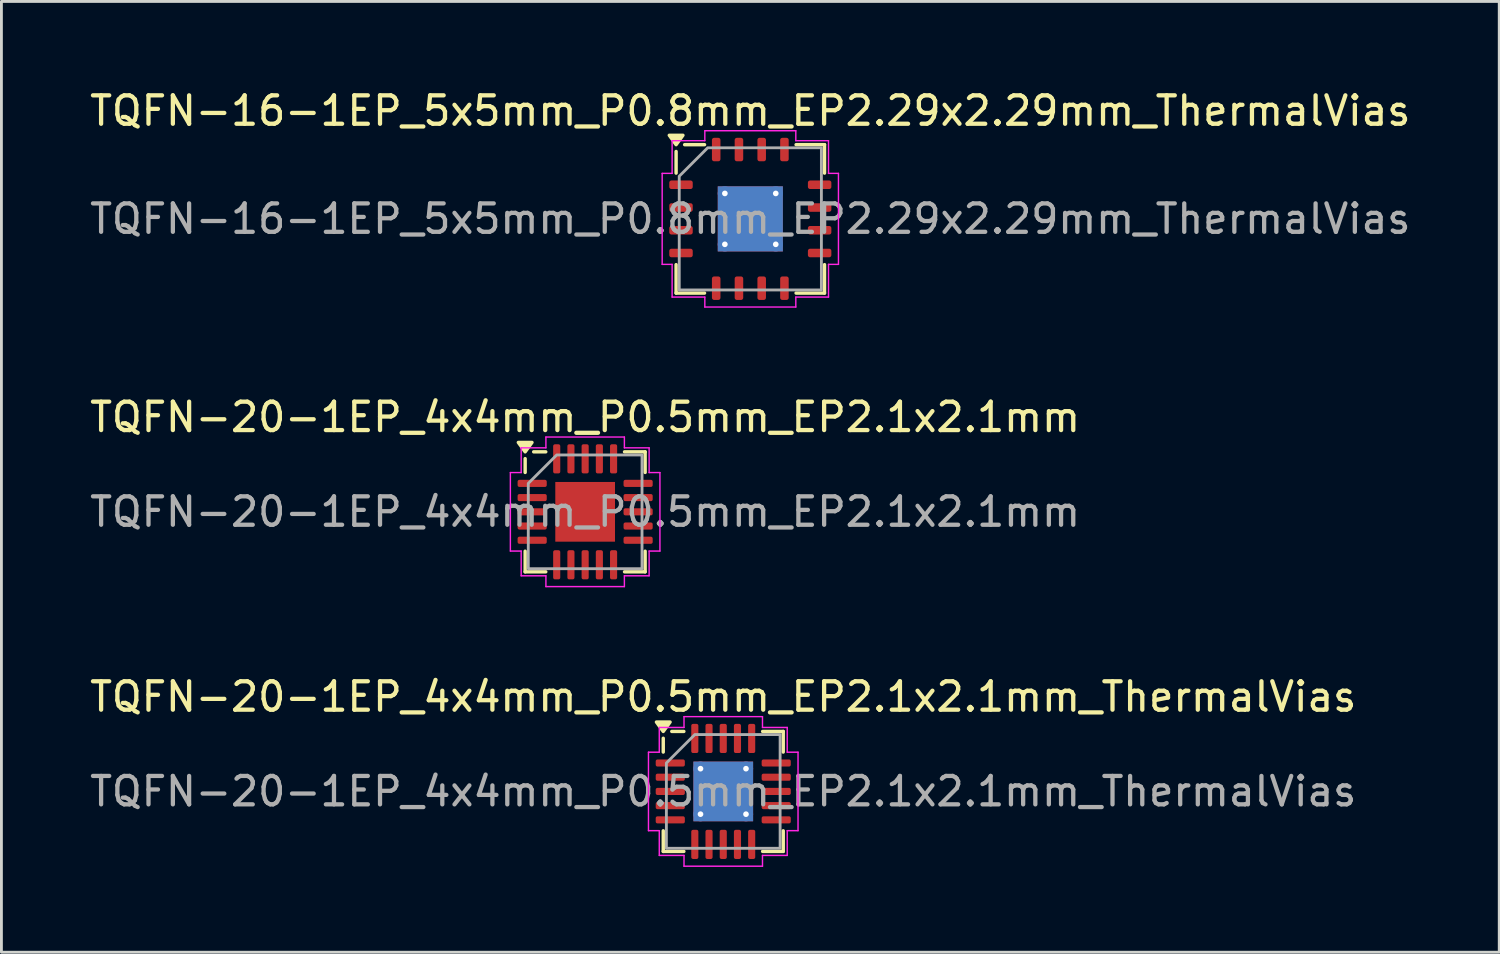
<source format=kicad_pcb>
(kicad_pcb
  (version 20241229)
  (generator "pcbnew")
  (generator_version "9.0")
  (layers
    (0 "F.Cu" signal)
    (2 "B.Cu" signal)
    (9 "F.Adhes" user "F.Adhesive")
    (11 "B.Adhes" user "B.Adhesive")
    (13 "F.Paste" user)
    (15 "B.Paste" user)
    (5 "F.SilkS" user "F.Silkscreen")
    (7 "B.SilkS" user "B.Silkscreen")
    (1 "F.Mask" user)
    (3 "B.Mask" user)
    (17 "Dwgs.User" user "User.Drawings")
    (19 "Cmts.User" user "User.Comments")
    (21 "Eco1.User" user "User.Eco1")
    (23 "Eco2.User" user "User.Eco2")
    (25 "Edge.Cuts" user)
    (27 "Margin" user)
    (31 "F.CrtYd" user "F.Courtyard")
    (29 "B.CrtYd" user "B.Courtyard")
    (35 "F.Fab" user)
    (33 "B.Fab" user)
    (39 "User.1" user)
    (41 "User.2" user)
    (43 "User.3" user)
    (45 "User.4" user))
  (footprint "TQFN-20-1EP_4x4mm_P0.5mm_EP2.1x2.1mm_ThermalVias"
    (layer "F.Cu")
    (at 22.387 24.785)
    (property "Reference" "TQFN-20-1EP_4x4mm_P0.5mm_EP2.1x2.1mm_ThermalVias" (at 0 -3.33 0) (layer "F.SilkS") (effects (font (size 1 1) (thickness 0.15))))
    (attr smd)
    (fp_line (start -2.11 -1.385) (end -2.11 -1.87) (stroke (width 0.12) (type solid)) (layer "F.SilkS"))
    (fp_line (start -2.11 2.11) (end -2.11 1.385) (stroke (width 0.12) (type solid)) (layer "F.SilkS"))
    (fp_line (start -1.385 -2.11) (end -1.81 -2.11) (stroke (width 0.12) (type solid)) (layer "F.SilkS"))
    (fp_line (start -1.385 2.11) (end -2.11 2.11) (stroke (width 0.12) (type solid)) (layer "F.SilkS"))
    (fp_line (start 1.385 -2.11) (end 2.11 -2.11) (stroke (width 0.12) (type solid)) (layer "F.SilkS"))
    (fp_line (start 1.385 2.11) (end 2.11 2.11) (stroke (width 0.12) (type solid)) (layer "F.SilkS"))
    (fp_line (start 2.11 -2.11) (end 2.11 -1.385) (stroke (width 0.12) (type solid)) (layer "F.SilkS"))
    (fp_line (start 2.11 2.11) (end 2.11 1.385) (stroke (width 0.12) (type solid)) (layer "F.SilkS"))
    (fp_poly (pts (xy -2.11 -2.11) (xy -2.35 -2.44) (xy -1.87 -2.44)) (stroke (width 0.12) (type solid)) (fill yes) (layer "F.SilkS"))
    (fp_line (start -2.63 -1.38) (end -2.25 -1.38) (stroke (width 0.05) (type solid)) (layer "F.CrtYd"))
    (fp_line (start -2.63 1.38) (end -2.63 -1.38) (stroke (width 0.05) (type solid)) (layer "F.CrtYd"))
    (fp_line (start -2.25 -2.25) (end -1.38 -2.25) (stroke (width 0.05) (type solid)) (layer "F.CrtYd"))
    (fp_line (start -2.25 -1.38) (end -2.25 -2.25) (stroke (width 0.05) (type solid)) (layer "F.CrtYd"))
    (fp_line (start -2.25 1.38) (end -2.63 1.38) (stroke (width 0.05) (type solid)) (layer "F.CrtYd"))
    (fp_line (start -2.25 2.25) (end -2.25 1.38) (stroke (width 0.05) (type solid)) (layer "F.CrtYd"))
    (fp_line (start -1.38 -2.63) (end 1.38 -2.63) (stroke (width 0.05) (type solid)) (layer "F.CrtYd"))
    (fp_line (start -1.38 -2.25) (end -1.38 -2.63) (stroke (width 0.05) (type solid)) (layer "F.CrtYd"))
    (fp_line (start -1.38 2.25) (end -2.25 2.25) (stroke (width 0.05) (type solid)) (layer "F.CrtYd"))
    (fp_line (start -1.38 2.63) (end -1.38 2.25) (stroke (width 0.05) (type solid)) (layer "F.CrtYd"))
    (fp_line (start 1.38 -2.63) (end 1.38 -2.25) (stroke (width 0.05) (type solid)) (layer "F.CrtYd"))
    (fp_line (start 1.38 -2.25) (end 2.25 -2.25) (stroke (width 0.05) (type solid)) (layer "F.CrtYd"))
    (fp_line (start 1.38 2.25) (end 1.38 2.63) (stroke (width 0.05) (type solid)) (layer "F.CrtYd"))
    (fp_line (start 1.38 2.63) (end -1.38 2.63) (stroke (width 0.05) (type solid)) (layer "F.CrtYd"))
    (fp_line (start 2.25 -2.25) (end 2.25 -1.38) (stroke (width 0.05) (type solid)) (layer "F.CrtYd"))
    (fp_line (start 2.25 -1.38) (end 2.63 -1.38) (stroke (width 0.05) (type solid)) (layer "F.CrtYd"))
    (fp_line (start 2.25 1.38) (end 2.25 2.25) (stroke (width 0.05) (type solid)) (layer "F.CrtYd"))
    (fp_line (start 2.25 2.25) (end 1.38 2.25) (stroke (width 0.05) (type solid)) (layer "F.CrtYd"))
    (fp_line (start 2.63 -1.38) (end 2.63 1.38) (stroke (width 0.05) (type solid)) (layer "F.CrtYd"))
    (fp_line (start 2.63 1.38) (end 2.25 1.38) (stroke (width 0.05) (type solid)) (layer "F.CrtYd"))
    (fp_poly (pts (xy -2 -1) (xy -2 2) (xy 2 2) (xy 2 -2) (xy -1 -2)) (stroke (width 0.1) (type solid)) (fill no) (layer "F.Fab"))
    (fp_text user "${REFERENCE}" (at 0 0 0) (layer "F.Fab") (effects (font (size 1 1) (thickness 0.15))))
    (pad "" smd roundrect (at -0.525 -0.525) (size 0.91 0.91) (layers "F.Paste") (roundrect_rratio 0.25))
    (pad "" smd roundrect (at -0.525 0.525) (size 0.91 0.91) (layers "F.Paste") (roundrect_rratio 0.25))
    (pad "" smd roundrect (at 0.525 -0.525) (size 0.91 0.91) (layers "F.Paste") (roundrect_rratio 0.25))
    (pad "" smd roundrect (at 0.525 0.525) (size 0.91 0.91) (layers "F.Paste") (roundrect_rratio 0.25))
    (pad "1" smd roundrect (at -1.863 -1) (size 1.025 0.25) (layers "F.Cu" "F.Mask" "F.Paste") (roundrect_rratio 0.25))
    (pad "2" smd roundrect (at -1.863 -0.5) (size 1.025 0.25) (layers "F.Cu" "F.Mask" "F.Paste") (roundrect_rratio 0.25))
    (pad "3" smd roundrect (at -1.863 0) (size 1.025 0.25) (layers "F.Cu" "F.Mask" "F.Paste") (roundrect_rratio 0.25))
    (pad "4" smd roundrect (at -1.863 0.5) (size 1.025 0.25) (layers "F.Cu" "F.Mask" "F.Paste") (roundrect_rratio 0.25))
    (pad "5" smd roundrect (at -1.863 1) (size 1.025 0.25) (layers "F.Cu" "F.Mask" "F.Paste") (roundrect_rratio 0.25))
    (pad "6" smd roundrect (at -1 1.863) (size 0.25 1.025) (layers "F.Cu" "F.Mask" "F.Paste") (roundrect_rratio 0.25))
    (pad "7" smd roundrect (at -0.5 1.863) (size 0.25 1.025) (layers "F.Cu" "F.Mask" "F.Paste") (roundrect_rratio 0.25))
    (pad "8" smd roundrect (at 0 1.863) (size 0.25 1.025) (layers "F.Cu" "F.Mask" "F.Paste") (roundrect_rratio 0.25))
    (pad "9" smd roundrect (at 0.5 1.863) (size 0.25 1.025) (layers "F.Cu" "F.Mask" "F.Paste") (roundrect_rratio 0.25))
    (pad "10" smd roundrect (at 1 1.863) (size 0.25 1.025) (layers "F.Cu" "F.Mask" "F.Paste") (roundrect_rratio 0.25))
    (pad "11" smd roundrect (at 1.863 1) (size 1.025 0.25) (layers "F.Cu" "F.Mask" "F.Paste") (roundrect_rratio 0.25))
    (pad "12" smd roundrect (at 1.863 0.5) (size 1.025 0.25) (layers "F.Cu" "F.Mask" "F.Paste") (roundrect_rratio 0.25))
    (pad "13" smd roundrect (at 1.863 0) (size 1.025 0.25) (layers "F.Cu" "F.Mask" "F.Paste") (roundrect_rratio 0.25))
    (pad "14" smd roundrect (at 1.863 -0.5) (size 1.025 0.25) (layers "F.Cu" "F.Mask" "F.Paste") (roundrect_rratio 0.25))
    (pad "15" smd roundrect (at 1.863 -1) (size 1.025 0.25) (layers "F.Cu" "F.Mask" "F.Paste") (roundrect_rratio 0.25))
    (pad "16" smd roundrect (at 1 -1.863) (size 0.25 1.025) (layers "F.Cu" "F.Mask" "F.Paste") (roundrect_rratio 0.25))
    (pad "17" smd roundrect (at 0.5 -1.863) (size 0.25 1.025) (layers "F.Cu" "F.Mask" "F.Paste") (roundrect_rratio 0.25))
    (pad "18" smd roundrect (at 0 -1.863) (size 0.25 1.025) (layers "F.Cu" "F.Mask" "F.Paste") (roundrect_rratio 0.25))
    (pad "19" smd roundrect (at -0.5 -1.863) (size 0.25 1.025) (layers "F.Cu" "F.Mask" "F.Paste") (roundrect_rratio 0.25))
    (pad "20" smd roundrect (at -1 -1.863) (size 0.25 1.025) (layers "F.Cu" "F.Mask" "F.Paste") (roundrect_rratio 0.25))
    (pad "21" thru_hole circle (at -0.8 -0.8) (size 0.5 0.5) (drill 0.2) (property pad_prop_heatsink) (layers "*.Cu"))
    (pad "21" thru_hole circle (at -0.8 0.8) (size 0.5 0.5) (drill 0.2) (property pad_prop_heatsink) (layers "*.Cu"))
    (pad "21" smd rect (at 0 0) (size 2.1 2.1) (property pad_prop_heatsink) (layers "F.Cu" "F.Mask"))
    (pad "21" smd rect (at 0 0) (size 2.1 2.1) (property pad_prop_heatsink) (layers "B.Cu"))
    (pad "21" thru_hole circle (at 0.8 -0.8) (size 0.5 0.5) (drill 0.2) (property pad_prop_heatsink) (layers "*.Cu"))
    (pad "21" thru_hole circle (at 0.8 0.8) (size 0.5 0.5) (drill 0.2) (property pad_prop_heatsink) (layers "*.Cu")))
  (footprint "TQFN-20-1EP_4x4mm_P0.5mm_EP2.1x2.1mm"
    (layer "F.Cu")
    (at 17.53 14.951)
    (property "Reference" "TQFN-20-1EP_4x4mm_P0.5mm_EP2.1x2.1mm" (at 0 -3.33 0) (layer "F.SilkS") (effects (font (size 1 1) (thickness 0.15))))
    (attr smd)
    (fp_line (start -2.11 -1.385) (end -2.11 -1.87) (stroke (width 0.12) (type solid)) (layer "F.SilkS"))
    (fp_line (start -2.11 2.11) (end -2.11 1.385) (stroke (width 0.12) (type solid)) (layer "F.SilkS"))
    (fp_line (start -1.385 -2.11) (end -1.81 -2.11) (stroke (width 0.12) (type solid)) (layer "F.SilkS"))
    (fp_line (start -1.385 2.11) (end -2.11 2.11) (stroke (width 0.12) (type solid)) (layer "F.SilkS"))
    (fp_line (start 1.385 -2.11) (end 2.11 -2.11) (stroke (width 0.12) (type solid)) (layer "F.SilkS"))
    (fp_line (start 1.385 2.11) (end 2.11 2.11) (stroke (width 0.12) (type solid)) (layer "F.SilkS"))
    (fp_line (start 2.11 -2.11) (end 2.11 -1.385) (stroke (width 0.12) (type solid)) (layer "F.SilkS"))
    (fp_line (start 2.11 2.11) (end 2.11 1.385) (stroke (width 0.12) (type solid)) (layer "F.SilkS"))
    (fp_poly (pts (xy -2.11 -2.11) (xy -2.35 -2.44) (xy -1.87 -2.44)) (stroke (width 0.12) (type solid)) (fill yes) (layer "F.SilkS"))
    (fp_line (start -2.63 -1.38) (end -2.25 -1.38) (stroke (width 0.05) (type solid)) (layer "F.CrtYd"))
    (fp_line (start -2.63 1.38) (end -2.63 -1.38) (stroke (width 0.05) (type solid)) (layer "F.CrtYd"))
    (fp_line (start -2.25 -2.25) (end -1.38 -2.25) (stroke (width 0.05) (type solid)) (layer "F.CrtYd"))
    (fp_line (start -2.25 -1.38) (end -2.25 -2.25) (stroke (width 0.05) (type solid)) (layer "F.CrtYd"))
    (fp_line (start -2.25 1.38) (end -2.63 1.38) (stroke (width 0.05) (type solid)) (layer "F.CrtYd"))
    (fp_line (start -2.25 2.25) (end -2.25 1.38) (stroke (width 0.05) (type solid)) (layer "F.CrtYd"))
    (fp_line (start -1.38 -2.63) (end 1.38 -2.63) (stroke (width 0.05) (type solid)) (layer "F.CrtYd"))
    (fp_line (start -1.38 -2.25) (end -1.38 -2.63) (stroke (width 0.05) (type solid)) (layer "F.CrtYd"))
    (fp_line (start -1.38 2.25) (end -2.25 2.25) (stroke (width 0.05) (type solid)) (layer "F.CrtYd"))
    (fp_line (start -1.38 2.63) (end -1.38 2.25) (stroke (width 0.05) (type solid)) (layer "F.CrtYd"))
    (fp_line (start 1.38 -2.63) (end 1.38 -2.25) (stroke (width 0.05) (type solid)) (layer "F.CrtYd"))
    (fp_line (start 1.38 -2.25) (end 2.25 -2.25) (stroke (width 0.05) (type solid)) (layer "F.CrtYd"))
    (fp_line (start 1.38 2.25) (end 1.38 2.63) (stroke (width 0.05) (type solid)) (layer "F.CrtYd"))
    (fp_line (start 1.38 2.63) (end -1.38 2.63) (stroke (width 0.05) (type solid)) (layer "F.CrtYd"))
    (fp_line (start 2.25 -2.25) (end 2.25 -1.38) (stroke (width 0.05) (type solid)) (layer "F.CrtYd"))
    (fp_line (start 2.25 -1.38) (end 2.63 -1.38) (stroke (width 0.05) (type solid)) (layer "F.CrtYd"))
    (fp_line (start 2.25 1.38) (end 2.25 2.25) (stroke (width 0.05) (type solid)) (layer "F.CrtYd"))
    (fp_line (start 2.25 2.25) (end 1.38 2.25) (stroke (width 0.05) (type solid)) (layer "F.CrtYd"))
    (fp_line (start 2.63 -1.38) (end 2.63 1.38) (stroke (width 0.05) (type solid)) (layer "F.CrtYd"))
    (fp_line (start 2.63 1.38) (end 2.25 1.38) (stroke (width 0.05) (type solid)) (layer "F.CrtYd"))
    (fp_poly (pts (xy -2 -1) (xy -2 2) (xy 2 2) (xy 2 -2) (xy -1 -2)) (stroke (width 0.1) (type solid)) (fill no) (layer "F.Fab"))
    (fp_text user "${REFERENCE}" (at 0 0 0) (layer "F.Fab") (effects (font (size 1 1) (thickness 0.15))))
    (pad "" smd roundrect (at -0.525 -0.525) (size 0.85 0.85) (layers "F.Paste") (roundrect_rratio 0.25))
    (pad "" smd roundrect (at -0.525 0.525) (size 0.85 0.85) (layers "F.Paste") (roundrect_rratio 0.25))
    (pad "" smd roundrect (at 0.525 -0.525) (size 0.85 0.85) (layers "F.Paste") (roundrect_rratio 0.25))
    (pad "" smd roundrect (at 0.525 0.525) (size 0.85 0.85) (layers "F.Paste") (roundrect_rratio 0.25))
    (pad "1" smd roundrect (at -1.863 -1) (size 1.025 0.25) (layers "F.Cu" "F.Mask" "F.Paste") (roundrect_rratio 0.25))
    (pad "2" smd roundrect (at -1.863 -0.5) (size 1.025 0.25) (layers "F.Cu" "F.Mask" "F.Paste") (roundrect_rratio 0.25))
    (pad "3" smd roundrect (at -1.863 0) (size 1.025 0.25) (layers "F.Cu" "F.Mask" "F.Paste") (roundrect_rratio 0.25))
    (pad "4" smd roundrect (at -1.863 0.5) (size 1.025 0.25) (layers "F.Cu" "F.Mask" "F.Paste") (roundrect_rratio 0.25))
    (pad "5" smd roundrect (at -1.863 1) (size 1.025 0.25) (layers "F.Cu" "F.Mask" "F.Paste") (roundrect_rratio 0.25))
    (pad "6" smd roundrect (at -1 1.863) (size 0.25 1.025) (layers "F.Cu" "F.Mask" "F.Paste") (roundrect_rratio 0.25))
    (pad "7" smd roundrect (at -0.5 1.863) (size 0.25 1.025) (layers "F.Cu" "F.Mask" "F.Paste") (roundrect_rratio 0.25))
    (pad "8" smd roundrect (at 0 1.863) (size 0.25 1.025) (layers "F.Cu" "F.Mask" "F.Paste") (roundrect_rratio 0.25))
    (pad "9" smd roundrect (at 0.5 1.863) (size 0.25 1.025) (layers "F.Cu" "F.Mask" "F.Paste") (roundrect_rratio 0.25))
    (pad "10" smd roundrect (at 1 1.863) (size 0.25 1.025) (layers "F.Cu" "F.Mask" "F.Paste") (roundrect_rratio 0.25))
    (pad "11" smd roundrect (at 1.863 1) (size 1.025 0.25) (layers "F.Cu" "F.Mask" "F.Paste") (roundrect_rratio 0.25))
    (pad "12" smd roundrect (at 1.863 0.5) (size 1.025 0.25) (layers "F.Cu" "F.Mask" "F.Paste") (roundrect_rratio 0.25))
    (pad "13" smd roundrect (at 1.863 0) (size 1.025 0.25) (layers "F.Cu" "F.Mask" "F.Paste") (roundrect_rratio 0.25))
    (pad "14" smd roundrect (at 1.863 -0.5) (size 1.025 0.25) (layers "F.Cu" "F.Mask" "F.Paste") (roundrect_rratio 0.25))
    (pad "15" smd roundrect (at 1.863 -1) (size 1.025 0.25) (layers "F.Cu" "F.Mask" "F.Paste") (roundrect_rratio 0.25))
    (pad "16" smd roundrect (at 1 -1.863) (size 0.25 1.025) (layers "F.Cu" "F.Mask" "F.Paste") (roundrect_rratio 0.25))
    (pad "17" smd roundrect (at 0.5 -1.863) (size 0.25 1.025) (layers "F.Cu" "F.Mask" "F.Paste") (roundrect_rratio 0.25))
    (pad "18" smd roundrect (at 0 -1.863) (size 0.25 1.025) (layers "F.Cu" "F.Mask" "F.Paste") (roundrect_rratio 0.25))
    (pad "19" smd roundrect (at -0.5 -1.863) (size 0.25 1.025) (layers "F.Cu" "F.Mask" "F.Paste") (roundrect_rratio 0.25))
    (pad "20" smd roundrect (at -1 -1.863) (size 0.25 1.025) (layers "F.Cu" "F.Mask" "F.Paste") (roundrect_rratio 0.25))
    (pad "21" smd rect (at 0 0) (size 2.1 2.1) (property pad_prop_heatsink) (layers "F.Cu" "F.Mask")))
  (footprint "TQFN-16-1EP_5x5mm_P0.8mm_EP2.29x2.29mm_ThermalVias"
    (layer "F.Cu")
    (at 23.339 4.648)
    (property "Reference" "TQFN-16-1EP_5x5mm_P0.8mm_EP2.29x2.29mm_ThermalVias" (at 0 -3.8 0) (layer "F.SilkS") (effects (font (size 1 1) (thickness 0.15))))
    (attr smd)
    (fp_line (start -2.61 -1.61) (end -2.61 -2.37) (stroke (width 0.12) (type solid)) (layer "F.SilkS"))
    (fp_line (start -2.61 2.61) (end -2.61 1.61) (stroke (width 0.12) (type solid)) (layer "F.SilkS"))
    (fp_line (start -1.61 -2.61) (end -2.31 -2.61) (stroke (width 0.12) (type solid)) (layer "F.SilkS"))
    (fp_line (start -1.61 2.61) (end -2.61 2.61) (stroke (width 0.12) (type solid)) (layer "F.SilkS"))
    (fp_line (start 1.61 -2.61) (end 2.61 -2.61) (stroke (width 0.12) (type solid)) (layer "F.SilkS"))
    (fp_line (start 1.61 2.61) (end 2.61 2.61) (stroke (width 0.12) (type solid)) (layer "F.SilkS"))
    (fp_line (start 2.61 -2.61) (end 2.61 -1.61) (stroke (width 0.12) (type solid)) (layer "F.SilkS"))
    (fp_line (start 2.61 2.61) (end 2.61 1.61) (stroke (width 0.12) (type solid)) (layer "F.SilkS"))
    (fp_poly (pts (xy -2.61 -2.61) (xy -2.85 -2.94) (xy -2.37 -2.94)) (stroke (width 0.12) (type solid)) (fill yes) (layer "F.SilkS"))
    (fp_line (start -3.1 -1.6) (end -2.75 -1.6) (stroke (width 0.05) (type solid)) (layer "F.CrtYd"))
    (fp_line (start -3.1 1.6) (end -3.1 -1.6) (stroke (width 0.05) (type solid)) (layer "F.CrtYd"))
    (fp_line (start -2.75 -2.75) (end -1.6 -2.75) (stroke (width 0.05) (type solid)) (layer "F.CrtYd"))
    (fp_line (start -2.75 -1.6) (end -2.75 -2.75) (stroke (width 0.05) (type solid)) (layer "F.CrtYd"))
    (fp_line (start -2.75 1.6) (end -3.1 1.6) (stroke (width 0.05) (type solid)) (layer "F.CrtYd"))
    (fp_line (start -2.75 2.75) (end -2.75 1.6) (stroke (width 0.05) (type solid)) (layer "F.CrtYd"))
    (fp_line (start -1.6 -3.1) (end 1.6 -3.1) (stroke (width 0.05) (type solid)) (layer "F.CrtYd"))
    (fp_line (start -1.6 -2.75) (end -1.6 -3.1) (stroke (width 0.05) (type solid)) (layer "F.CrtYd"))
    (fp_line (start -1.6 2.75) (end -2.75 2.75) (stroke (width 0.05) (type solid)) (layer "F.CrtYd"))
    (fp_line (start -1.6 3.1) (end -1.6 2.75) (stroke (width 0.05) (type solid)) (layer "F.CrtYd"))
    (fp_line (start 1.6 -3.1) (end 1.6 -2.75) (stroke (width 0.05) (type solid)) (layer "F.CrtYd"))
    (fp_line (start 1.6 -2.75) (end 2.75 -2.75) (stroke (width 0.05) (type solid)) (layer "F.CrtYd"))
    (fp_line (start 1.6 2.75) (end 1.6 3.1) (stroke (width 0.05) (type solid)) (layer "F.CrtYd"))
    (fp_line (start 1.6 3.1) (end -1.6 3.1) (stroke (width 0.05) (type solid)) (layer "F.CrtYd"))
    (fp_line (start 2.75 -2.75) (end 2.75 -1.6) (stroke (width 0.05) (type solid)) (layer "F.CrtYd"))
    (fp_line (start 2.75 -1.6) (end 3.1 -1.6) (stroke (width 0.05) (type solid)) (layer "F.CrtYd"))
    (fp_line (start 2.75 1.6) (end 2.75 2.75) (stroke (width 0.05) (type solid)) (layer "F.CrtYd"))
    (fp_line (start 2.75 2.75) (end 1.6 2.75) (stroke (width 0.05) (type solid)) (layer "F.CrtYd"))
    (fp_line (start 3.1 -1.6) (end 3.1 1.6) (stroke (width 0.05) (type solid)) (layer "F.CrtYd"))
    (fp_line (start 3.1 1.6) (end 2.75 1.6) (stroke (width 0.05) (type solid)) (layer "F.CrtYd"))
    (fp_poly (pts (xy -2.5 -1.5) (xy -2.5 2.5) (xy 2.5 2.5) (xy 2.5 -2.5) (xy -1.5 -2.5)) (stroke (width 0.1) (type solid)) (fill no) (layer "F.Fab"))
    (fp_text user "${REFERENCE}" (at 0 0 0) (layer "F.Fab") (effects (font (size 1 1) (thickness 0.15))))
    (pad "" smd roundrect (at -0.57 -0.57) (size 0.99 0.99) (layers "F.Paste") (roundrect_rratio 0.25))
    (pad "" smd roundrect (at -0.57 0.57) (size 0.99 0.99) (layers "F.Paste") (roundrect_rratio 0.25))
    (pad "" smd roundrect (at 0.57 -0.57) (size 0.99 0.99) (layers "F.Paste") (roundrect_rratio 0.25))
    (pad "" smd roundrect (at 0.57 0.57) (size 0.99 0.99) (layers "F.Paste") (roundrect_rratio 0.25))
    (pad "1" smd roundrect (at -2.438 -1.2) (size 0.825 0.3) (layers "F.Cu" "F.Mask" "F.Paste") (roundrect_rratio 0.25))
    (pad "2" smd roundrect (at -2.438 -0.4) (size 0.825 0.3) (layers "F.Cu" "F.Mask" "F.Paste") (roundrect_rratio 0.25))
    (pad "3" smd roundrect (at -2.438 0.4) (size 0.825 0.3) (layers "F.Cu" "F.Mask" "F.Paste") (roundrect_rratio 0.25))
    (pad "4" smd roundrect (at -2.438 1.2) (size 0.825 0.3) (layers "F.Cu" "F.Mask" "F.Paste") (roundrect_rratio 0.25))
    (pad "5" smd roundrect (at -1.2 2.438) (size 0.3 0.825) (layers "F.Cu" "F.Mask" "F.Paste") (roundrect_rratio 0.25))
    (pad "6" smd roundrect (at -0.4 2.438) (size 0.3 0.825) (layers "F.Cu" "F.Mask" "F.Paste") (roundrect_rratio 0.25))
    (pad "7" smd roundrect (at 0.4 2.438) (size 0.3 0.825) (layers "F.Cu" "F.Mask" "F.Paste") (roundrect_rratio 0.25))
    (pad "8" smd roundrect (at 1.2 2.438) (size 0.3 0.825) (layers "F.Cu" "F.Mask" "F.Paste") (roundrect_rratio 0.25))
    (pad "9" smd roundrect (at 2.438 1.2) (size 0.825 0.3) (layers "F.Cu" "F.Mask" "F.Paste") (roundrect_rratio 0.25))
    (pad "10" smd roundrect (at 2.438 0.4) (size 0.825 0.3) (layers "F.Cu" "F.Mask" "F.Paste") (roundrect_rratio 0.25))
    (pad "11" smd roundrect (at 2.438 -0.4) (size 0.825 0.3) (layers "F.Cu" "F.Mask" "F.Paste") (roundrect_rratio 0.25))
    (pad "12" smd roundrect (at 2.438 -1.2) (size 0.825 0.3) (layers "F.Cu" "F.Mask" "F.Paste") (roundrect_rratio 0.25))
    (pad "13" smd roundrect (at 1.2 -2.438) (size 0.3 0.825) (layers "F.Cu" "F.Mask" "F.Paste") (roundrect_rratio 0.25))
    (pad "14" smd roundrect (at 0.4 -2.438) (size 0.3 0.825) (layers "F.Cu" "F.Mask" "F.Paste") (roundrect_rratio 0.25))
    (pad "15" smd roundrect (at -0.4 -2.438) (size 0.3 0.825) (layers "F.Cu" "F.Mask" "F.Paste") (roundrect_rratio 0.25))
    (pad "16" smd roundrect (at -1.2 -2.438) (size 0.3 0.825) (layers "F.Cu" "F.Mask" "F.Paste") (roundrect_rratio 0.25))
    (pad "17" thru_hole circle (at -0.895 -0.895) (size 0.5 0.5) (drill 0.2) (property pad_prop_heatsink) (layers "*.Cu"))
    (pad "17" thru_hole circle (at -0.895 0.895) (size 0.5 0.5) (drill 0.2) (property pad_prop_heatsink) (layers "*.Cu"))
    (pad "17" smd rect (at 0 0) (size 2.29 2.29) (property pad_prop_heatsink) (layers "F.Cu" "F.Mask"))
    (pad "17" smd rect (at 0 0) (size 2.29 2.29) (property pad_prop_heatsink) (layers "B.Cu"))
    (pad "17" thru_hole circle (at 0.895 -0.895) (size 0.5 0.5) (drill 0.2) (property pad_prop_heatsink) (layers "*.Cu"))
    (pad "17" thru_hole circle (at 0.895 0.895) (size 0.5 0.5) (drill 0.2) (property pad_prop_heatsink) (layers "*.Cu")))
  (gr_rect
    (start -3 -3)
    (end 49.679 30.44)
    (stroke (width 0.1) (type default))
    (fill no)
    (layer "Edge.Cuts")))
</source>
